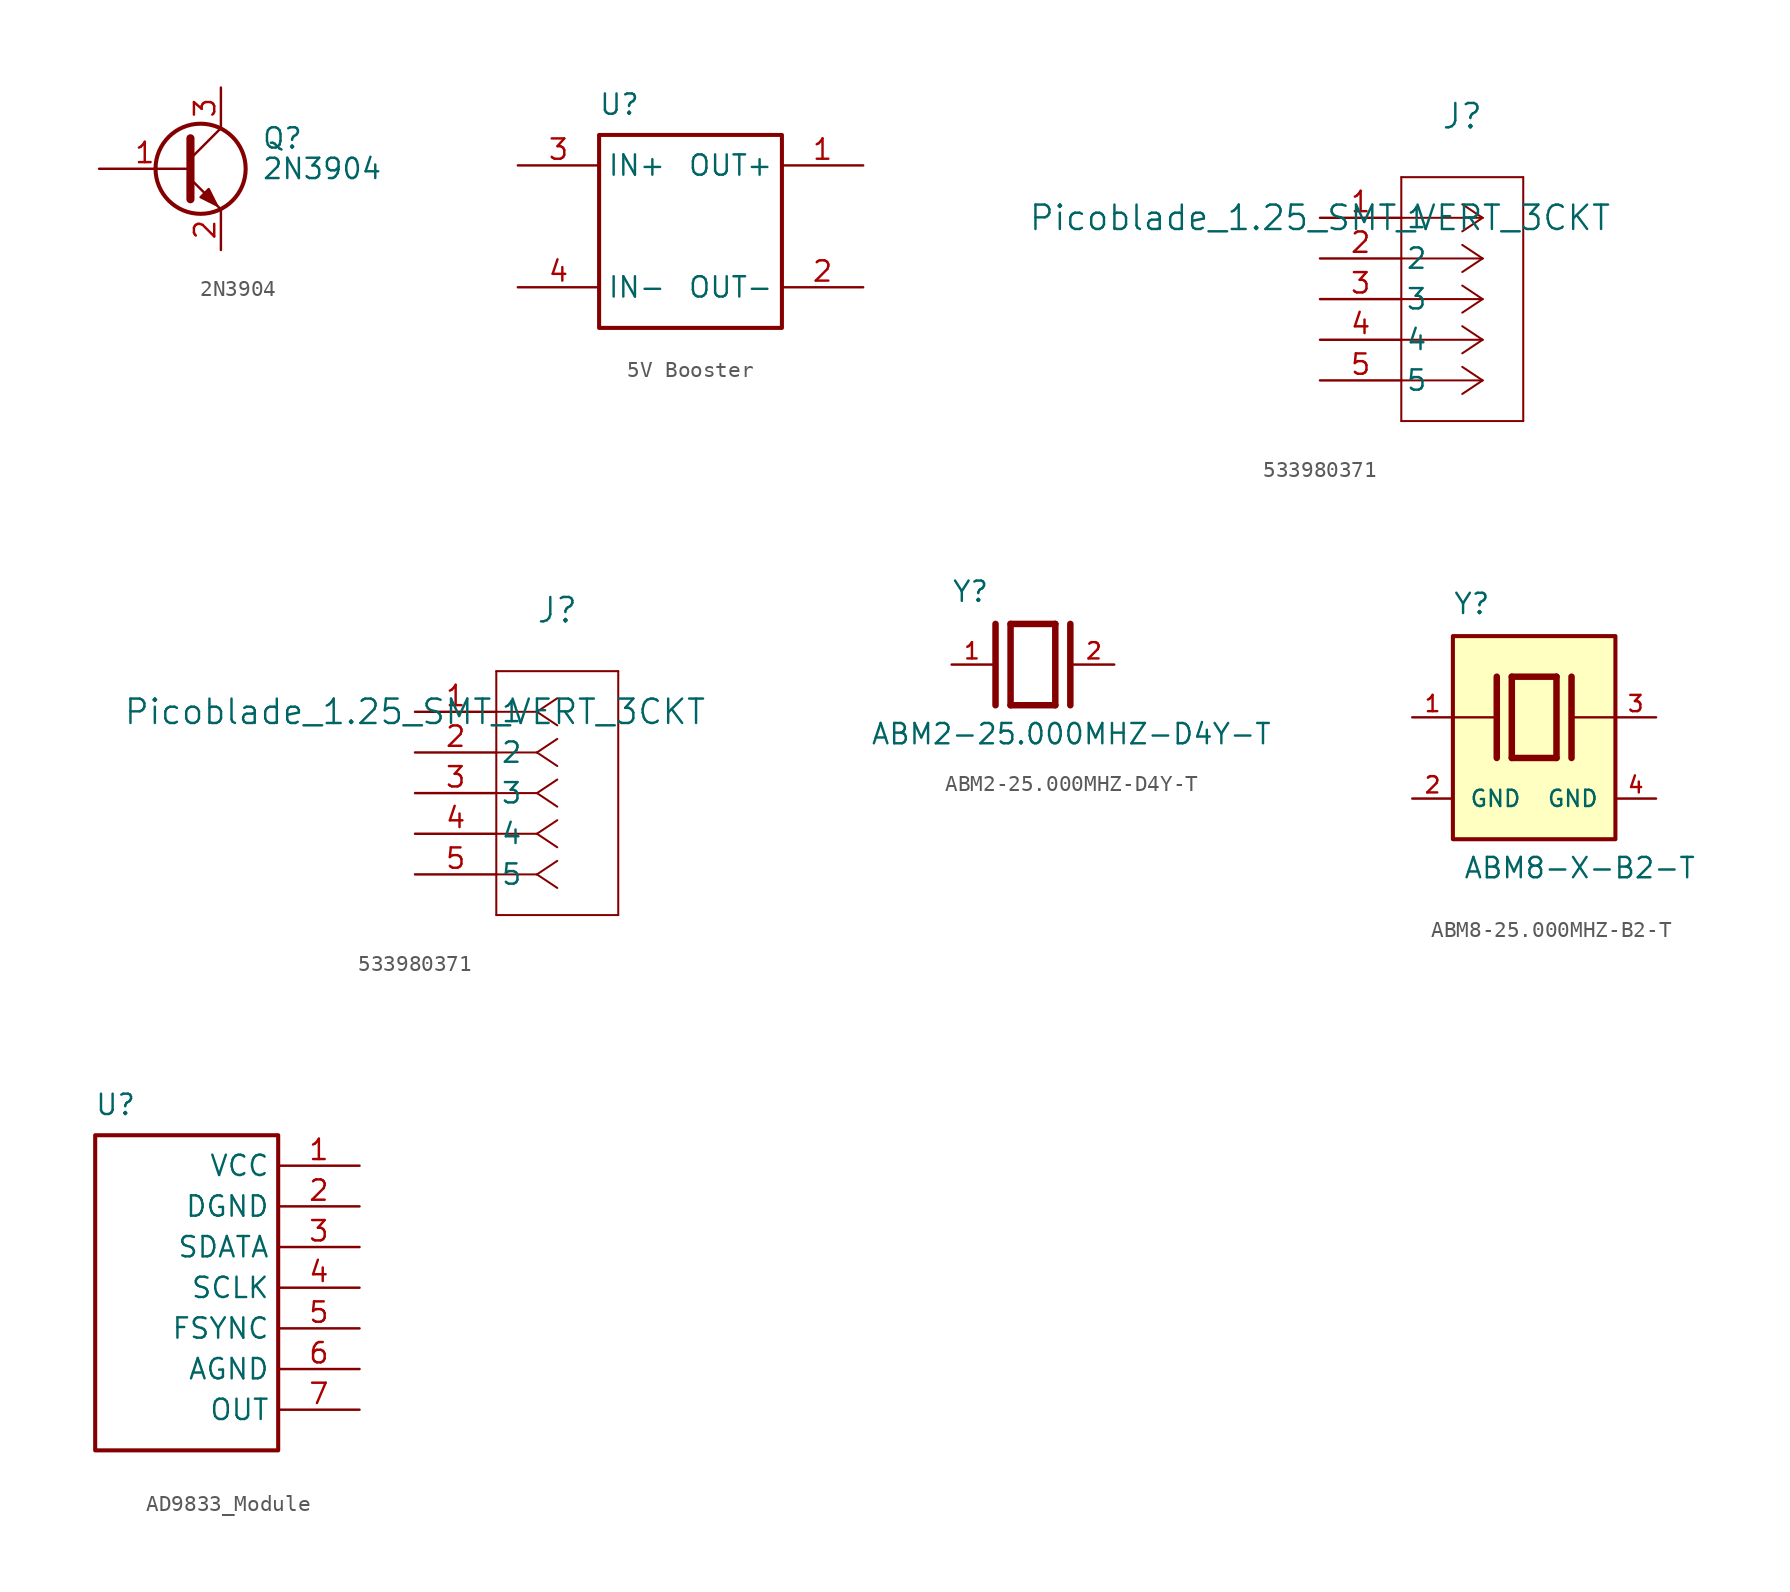
<source format=kicad_sym>
(kicad_symbol_lib
  (version 20241209)
  (generator "kicad_symbol_editor")
  (generator_version "9.0")
  (symbol "2N3904"
    (pin_names
      (offset 0)
      (hide yes))
    (property "Reference" "Q"
      (at 5.08 1.905 0)
      (effects (font (size 1.27 1.27)) (justify left)))
    (property "Value" "2N3904"
      (at 5.08 0 0)
      (effects (font (size 1.27 1.27)) (justify left)))
    (symbol "2N3904_0_1"
      (polyline (pts (xy 0.635 1.905) (xy 0.635 -1.905) (xy 0.635 -1.905)) (stroke (width 0.508) (type default)) (fill (type none)))
      (polyline (pts (xy 0.635 0.635) (xy 2.54 2.54)) (stroke (width 0) (type default)) (fill (type none)))
      (polyline (pts (xy 0.635 -0.635) (xy 2.54 -2.54) (xy 2.54 -2.54)) (stroke (width 0) (type default)) (fill (type none)))
      (circle (center 1.27 0) (radius 2.819) (stroke (width 0.254) (type default)) (fill (type none)))
      (polyline (pts (xy 1.27 -1.778) (xy 1.778 -1.27) (xy 2.286 -2.286) (xy 1.27 -1.778) (xy 1.27 -1.778)) (stroke (width 0) (type default)) (fill (type outline))))
    (symbol "2N3904_1_1"
      (pin passive line (at -5.08 0 0) (length 5.715) (name "B" (effects (font (size 1.27 1.27)))) (number "1" (effects (font (size 1.27 1.27)))))
      (pin passive line (at 2.54 5.08 270) (length 2.54) (name "C" (effects (font (size 1.27 1.27)))) (number "3" (effects (font (size 1.27 1.27)))))
      (pin passive line (at 2.54 -5.08 90) (length 2.54) (name "E" (effects (font (size 1.27 1.27)))) (number "2" (effects (font (size 1.27 1.27)))))))
  (symbol "5V Booster"
    (property "Reference" "U"
      (at 1.27 8.89 0)
      (effects (font (size 1.27 1.27))))
    (property "Value" ""
      (at 0 0 0)
      (effects (font (size 1.27 1.27))))
    (symbol "5V Booster_1_0"
      (rectangle (start 0 6.985) (end 11.43 -5.08) (stroke (width 0.254) (type solid)) (fill (type none)))
      (pin passive line (at -5.08 5.08 0) (length 5.08) (name "IN+" (effects (font (size 1.27 1.27)))) (number "3" (effects (font (size 1.27 1.27)))))
      (pin passive line (at -5.08 -2.54 0) (length 5.08) (name "IN-" (effects (font (size 1.27 1.27)))) (number "4" (effects (font (size 1.27 1.27)))))
      (pin passive line (at 16.51 5.08 180) (length 5.08) (name "OUT+" (effects (font (size 1.27 1.27)))) (number "1" (effects (font (size 1.27 1.27)))))
      (pin passive line (at 16.51 -2.54 180) (length 5.08) (name "OUT-" (effects (font (size 1.27 1.27)))) (number "2" (effects (font (size 1.27 1.27)))))))
  (symbol "533980371"
    (pin_names
      (offset 0.254))
    (property "Reference" "J"
      (at 8.89 6.35 0)
      (effects (font (size 1.524 1.524))))
    (property "Value" "Picoblade_1.25_SMT_VERT_3CKT"
      (at 0 0 0)
      (effects (font (size 1.524 1.524))))
    (property "ki_locked" ""
      (at 0 0 0)
      (effects (font (size 1.27 1.27))))
    (symbol "533980371_1_1"
      (polyline (pts (xy 5.08 2.54) (xy 5.08 -12.7)) (stroke (width 0.127) (type default)) (fill (type none)))
      (polyline (pts (xy 5.08 -12.7) (xy 12.7 -12.7)) (stroke (width 0.127) (type default)) (fill (type none)))
      (polyline (pts (xy 10.16 0) (xy 5.08 0)) (stroke (width 0.127) (type default)) (fill (type none)))
      (polyline (pts (xy 10.16 0) (xy 8.89 0.847)) (stroke (width 0.127) (type default)) (fill (type none)))
      (polyline (pts (xy 10.16 0) (xy 8.89 -0.847)) (stroke (width 0.127) (type default)) (fill (type none)))
      (polyline (pts (xy 10.16 -2.54) (xy 5.08 -2.54)) (stroke (width 0.127) (type default)) (fill (type none)))
      (polyline (pts (xy 10.16 -2.54) (xy 8.89 -1.693)) (stroke (width 0.127) (type default)) (fill (type none)))
      (polyline (pts (xy 10.16 -2.54) (xy 8.89 -3.387)) (stroke (width 0.127) (type default)) (fill (type none)))
      (polyline (pts (xy 10.16 -5.08) (xy 5.08 -5.08)) (stroke (width 0.127) (type default)) (fill (type none)))
      (polyline (pts (xy 10.16 -5.08) (xy 8.89 -4.233)) (stroke (width 0.127) (type default)) (fill (type none)))
      (polyline (pts (xy 10.16 -5.08) (xy 8.89 -5.927)) (stroke (width 0.127) (type default)) (fill (type none)))
      (polyline (pts (xy 10.16 -7.62) (xy 5.08 -7.62)) (stroke (width 0.127) (type default)) (fill (type none)))
      (polyline (pts (xy 10.16 -7.62) (xy 8.89 -6.773)) (stroke (width 0.127) (type default)) (fill (type none)))
      (polyline (pts (xy 10.16 -7.62) (xy 8.89 -8.467)) (stroke (width 0.127) (type default)) (fill (type none)))
      (polyline (pts (xy 10.16 -10.16) (xy 5.08 -10.16)) (stroke (width 0.127) (type default)) (fill (type none)))
      (polyline (pts (xy 10.16 -10.16) (xy 8.89 -9.313)) (stroke (width 0.127) (type default)) (fill (type none)))
      (polyline (pts (xy 10.16 -10.16) (xy 8.89 -11.007)) (stroke (width 0.127) (type default)) (fill (type none)))
      (polyline (pts (xy 12.7 2.54) (xy 5.08 2.54)) (stroke (width 0.127) (type default)) (fill (type none)))
      (polyline (pts (xy 12.7 -12.7) (xy 12.7 2.54)) (stroke (width 0.127) (type default)) (fill (type none)))
      (pin unspecified line (at 0 0 0) (length 5.08) (name "1" (effects (font (size 1.27 1.27)))) (number "1" (effects (font (size 1.27 1.27)))))
      (pin unspecified line (at 0 -2.54 0) (length 5.08) (name "2" (effects (font (size 1.27 1.27)))) (number "2" (effects (font (size 1.27 1.27)))))
      (pin unspecified line (at 0 -5.08 0) (length 5.08) (name "3" (effects (font (size 1.27 1.27)))) (number "3" (effects (font (size 1.27 1.27)))))
      (pin unspecified line (at 0 -7.62 0) (length 5.08) (name "4" (effects (font (size 1.27 1.27)))) (number "4" (effects (font (size 1.27 1.27)))))
      (pin unspecified line (at 0 -10.16 0) (length 5.08) (name "5" (effects (font (size 1.27 1.27)))) (number "5" (effects (font (size 1.27 1.27))))))
    (symbol "533980371_1_2"
      (polyline (pts (xy 5.08 2.54) (xy 5.08 -12.7)) (stroke (width 0.127) (type default)) (fill (type none)))
      (polyline (pts (xy 5.08 -12.7) (xy 12.7 -12.7)) (stroke (width 0.127) (type default)) (fill (type none)))
      (polyline (pts (xy 7.62 0) (xy 5.08 0)) (stroke (width 0.127) (type default)) (fill (type none)))
      (polyline (pts (xy 7.62 0) (xy 8.89 0.847)) (stroke (width 0.127) (type default)) (fill (type none)))
      (polyline (pts (xy 7.62 0) (xy 8.89 -0.847)) (stroke (width 0.127) (type default)) (fill (type none)))
      (polyline (pts (xy 7.62 -2.54) (xy 5.08 -2.54)) (stroke (width 0.127) (type default)) (fill (type none)))
      (polyline (pts (xy 7.62 -2.54) (xy 8.89 -1.693)) (stroke (width 0.127) (type default)) (fill (type none)))
      (polyline (pts (xy 7.62 -2.54) (xy 8.89 -3.387)) (stroke (width 0.127) (type default)) (fill (type none)))
      (polyline (pts (xy 7.62 -5.08) (xy 5.08 -5.08)) (stroke (width 0.127) (type default)) (fill (type none)))
      (polyline (pts (xy 7.62 -5.08) (xy 8.89 -4.233)) (stroke (width 0.127) (type default)) (fill (type none)))
      (polyline (pts (xy 7.62 -5.08) (xy 8.89 -5.927)) (stroke (width 0.127) (type default)) (fill (type none)))
      (polyline (pts (xy 7.62 -7.62) (xy 5.08 -7.62)) (stroke (width 0.127) (type default)) (fill (type none)))
      (polyline (pts (xy 7.62 -7.62) (xy 8.89 -6.773)) (stroke (width 0.127) (type default)) (fill (type none)))
      (polyline (pts (xy 7.62 -7.62) (xy 8.89 -8.467)) (stroke (width 0.127) (type default)) (fill (type none)))
      (polyline (pts (xy 7.62 -10.16) (xy 5.08 -10.16)) (stroke (width 0.127) (type default)) (fill (type none)))
      (polyline (pts (xy 7.62 -10.16) (xy 8.89 -9.313)) (stroke (width 0.127) (type default)) (fill (type none)))
      (polyline (pts (xy 7.62 -10.16) (xy 8.89 -11.007)) (stroke (width 0.127) (type default)) (fill (type none)))
      (polyline (pts (xy 12.7 2.54) (xy 5.08 2.54)) (stroke (width 0.127) (type default)) (fill (type none)))
      (polyline (pts (xy 12.7 -12.7) (xy 12.7 2.54)) (stroke (width 0.127) (type default)) (fill (type none)))
      (pin unspecified line (at 0 0 0) (length 5.08) (name "1" (effects (font (size 1.27 1.27)))) (number "1" (effects (font (size 1.27 1.27)))))
      (pin unspecified line (at 0 -2.54 0) (length 5.08) (name "2" (effects (font (size 1.27 1.27)))) (number "2" (effects (font (size 1.27 1.27)))))
      (pin unspecified line (at 0 -5.08 0) (length 5.08) (name "3" (effects (font (size 1.27 1.27)))) (number "3" (effects (font (size 1.27 1.27)))))
      (pin unspecified line (at 0 -7.62 0) (length 5.08) (name "4" (effects (font (size 1.27 1.27)))) (number "4" (effects (font (size 1.27 1.27)))))
      (pin unspecified line (at 0 -10.16 0) (length 5.08) (name "5" (effects (font (size 1.27 1.27)))) (number "5" (effects (font (size 1.27 1.27)))))))
  (symbol "ABM2-25.000MHZ-D4Y-T"
    (pin_names
      (offset 1.016))
    (property "Reference" "Y"
      (at -5.088 3.816 0)
      (effects (font (size 1.27 1.27)) (justify left bottom)))
    (property "Value" "ABM2-25.000MHZ-D4Y-T"
      (at -10.16 -5.08 0)
      (effects (font (size 1.27 1.27)) (justify left bottom)))
    (symbol "ABM2-25.000MHZ-D4Y-T_0_0"
      (polyline (pts (xy -2.337 2.54) (xy -2.337 -2.54)) (stroke (width 0.406) (type default)) (fill (type none)))
      (polyline (pts (xy -1.397 2.54) (xy -1.397 -2.54)) (stroke (width 0.406) (type default)) (fill (type none)))
      (polyline (pts (xy -1.397 2.54) (xy 1.397 2.54)) (stroke (width 0.406) (type default)) (fill (type none)))
      (polyline (pts (xy 1.397 2.54) (xy 1.397 -2.54)) (stroke (width 0.406) (type default)) (fill (type none)))
      (polyline (pts (xy 1.397 -2.54) (xy -1.397 -2.54)) (stroke (width 0.406) (type default)) (fill (type none)))
      (polyline (pts (xy 2.337 2.54) (xy 2.337 -2.54)) (stroke (width 0.406) (type default)) (fill (type none)))
      (pin passive line (at -5.08 0 0) (length 2.54) (name "~" (effects (font (size 1.016 1.016)))) (number "1" (effects (font (size 1.016 1.016)))))
      (pin passive line (at 5.08 0 180) (length 2.54) (name "~" (effects (font (size 1.016 1.016)))) (number "2" (effects (font (size 1.016 1.016)))))))
  (symbol "ABM8-25.000MHZ-B2-T"
    (pin_names
      (offset 1.016))
    (property "Reference" "Y"
      (at -5.088 6.356 0)
      (effects (font (size 1.27 1.27)) (justify left bottom)))
    (property "Value" "ABM8-X-B2-T"
      (at -4.445 -10.16 0)
      (effects (font (size 1.27 1.27)) (justify left bottom)))
    (symbol "ABM8-25.000MHZ-B2-T_0_0"
      (polyline (pts (xy -5.08 0) (xy -2.54 0)) (stroke (width 0.152) (type default)) (fill (type none)))
      (polyline (pts (xy -2.337 2.54) (xy -2.337 -2.54)) (stroke (width 0.406) (type default)) (fill (type none)))
      (polyline (pts (xy -1.397 2.54) (xy -1.397 -2.54)) (stroke (width 0.406) (type default)) (fill (type none)))
      (polyline (pts (xy -1.397 2.54) (xy 1.397 2.54)) (stroke (width 0.406) (type default)) (fill (type none)))
      (polyline (pts (xy 1.397 2.54) (xy 1.397 -2.54)) (stroke (width 0.406) (type default)) (fill (type none)))
      (polyline (pts (xy 1.397 -2.54) (xy -1.397 -2.54)) (stroke (width 0.406) (type default)) (fill (type none)))
      (polyline (pts (xy 2.337 2.54) (xy 2.337 -2.54)) (stroke (width 0.406) (type default)) (fill (type none)))
      (polyline (pts (xy 2.54 0) (xy 5.08 0)) (stroke (width 0.152) (type default)) (fill (type none)))
      (pin passive line (at -7.62 0 0) (length 2.54) (name "~" (effects (font (size 1.016 1.016)))) (number "1" (effects (font (size 1.016 1.016)))))
      (pin power_in line (at -7.62 -5.08 0) (length 2.54) (name "GND" (effects (font (size 1.016 1.016)))) (number "2" (effects (font (size 1.016 1.016)))))
      (pin passive line (at 7.62 0 180) (length 2.54) (name "~" (effects (font (size 1.016 1.016)))) (number "3" (effects (font (size 1.016 1.016)))))
      (pin power_in line (at 7.62 -5.08 180) (length 2.54) (name "GND" (effects (font (size 1.016 1.016)))) (number "4" (effects (font (size 1.016 1.016))))))
    (symbol "ABM8-25.000MHZ-B2-T_1_0"
      (rectangle (start -5.08 5.08) (end 5.08 -7.62) (stroke (width 0.254) (type default)) (fill (type background)))))
  (symbol "AD9833_Module"
    (property "Reference" "U"
      (at 1.27 8.89 0)
      (effects (font (size 1.27 1.27))))
    (property "Value" ""
      (at 0 0 0)
      (effects (font (size 1.27 1.27))))
    (symbol "AD9833_Module_1_0"
      (rectangle (start 0 6.985) (end 11.43 -12.7) (stroke (width 0.254) (type solid)) (fill (type none)))
      (pin passive line (at 16.51 5.08 180) (length 5.08) (name "VCC" (effects (font (size 1.27 1.27)))) (number "1" (effects (font (size 1.27 1.27)))))
      (pin passive line (at 16.51 2.54 180) (length 5.08) (name "DGND" (effects (font (size 1.27 1.27)))) (number "2" (effects (font (size 1.27 1.27)))))
      (pin passive line (at 16.51 0 180) (length 5.08) (name "SDATA" (effects (font (size 1.27 1.27)))) (number "3" (effects (font (size 1.27 1.27)))))
      (pin passive line (at 16.51 -2.54 180) (length 5.08) (name "SCLK" (effects (font (size 1.27 1.27)))) (number "4" (effects (font (size 1.27 1.27)))))
      (pin passive line (at 16.51 -5.08 180) (length 5.08) (name "FSYNC" (effects (font (size 1.27 1.27)))) (number "5" (effects (font (size 1.27 1.27)))))
      (pin passive line (at 16.51 -7.62 180) (length 5.08) (name "AGND" (effects (font (size 1.27 1.27)))) (number "6" (effects (font (size 1.27 1.27)))))
      (pin passive line (at 16.51 -10.16 180) (length 5.08) (name "OUT" (effects (font (size 1.27 1.27)))) (number "7" (effects (font (size 1.27 1.27))))))))
</source>
